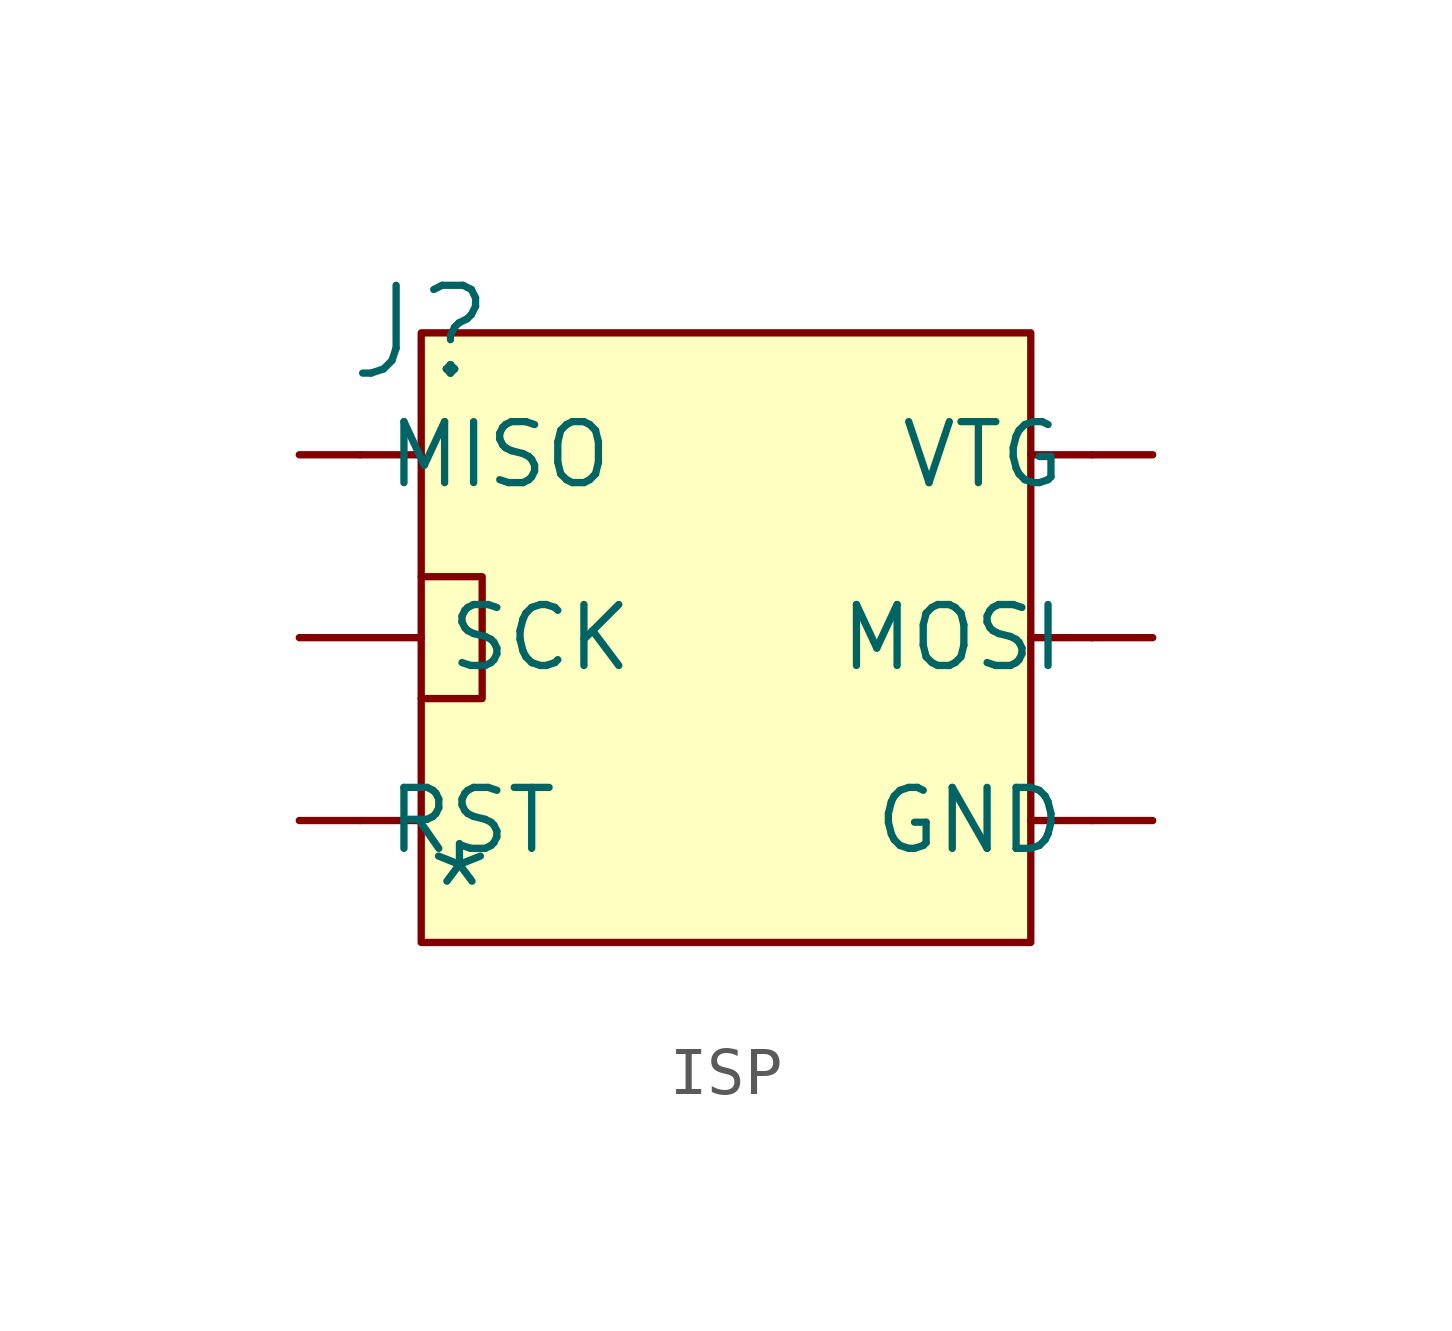
<source format=kicad_sym>
(kicad_symbol_lib
  (version 20241209)
  (generator "kicad_symbol_editor")
  (generator_version "9.0")
  (symbol "ISP"
    (pin_numbers
      (hide yes))
    (property "Reference" "J"
      (at 0 0 0)
      (effects (font (size 1.829 1.829))))
    (property "Value" "*"
      (at 0 -12.7 0)
      (effects (font (size 1.829 1.829)) (justify left bottom)))
    (symbol "ISP_1_0"
      (polyline (pts (xy -1.27 -2.54) (xy 0 -2.54)) (stroke (width 0) (type solid)) (fill (type none)))
      (polyline (pts (xy -1.27 -10.16) (xy 0 -10.16)) (stroke (width 0) (type solid)) (fill (type none)))
      (polyline (pts (xy 0 -5.08) (xy 1.27 -5.08) (xy 1.27 -7.62) (xy 0 -7.62)) (stroke (width 0) (type solid)) (fill (type none)))
      (rectangle (start 1.27 -5.08) (end 0 -7.62) (stroke (width 0.025) (type solid) (color 128 0 0 1)) (fill (type background)))
      (rectangle (start 12.7 0) (end 0 -12.7) (stroke (width 0) (type solid) (color 128 0 0 1)) (fill (type background)))
      (polyline (pts (xy 13.97 -2.54) (xy 12.7 -2.54)) (stroke (width 0) (type solid)) (fill (type none)))
      (polyline (pts (xy 13.97 -6.35) (xy 12.7 -6.35)) (stroke (width 0) (type solid)) (fill (type none)))
      (polyline (pts (xy 13.97 -10.16) (xy 12.7 -10.16)) (stroke (width 0) (type solid)) (fill (type none)))
      (pin passive line (at -2.54 -2.54 0) (length 1.27) (name "MISO" (effects (font (size 1.27 1.27)))) (number "1" (effects (font (size 1.27 1.27)))))
      (pin passive line (at -2.54 -6.35 0) (length 2.54) (name "SCK" (effects (font (size 1.27 1.27)))) (number "3" (effects (font (size 1.27 1.27)))))
      (pin passive line (at -2.54 -10.16 0) (length 1.27) (name "RST" (effects (font (size 1.27 1.27)))) (number "5" (effects (font (size 1.27 1.27)))))
      (pin passive line (at 15.24 -2.54 180) (length 1.27) (name "VTG" (effects (font (size 1.27 1.27)))) (number "2" (effects (font (size 1.27 1.27)))))
      (pin passive line (at 15.24 -6.35 180) (length 1.27) (name "MOSI" (effects (font (size 1.27 1.27)))) (number "4" (effects (font (size 1.27 1.27)))))
      (pin passive line (at 15.24 -10.16 180) (length 1.27) (name "GND" (effects (font (size 1.27 1.27)))) (number "6" (effects (font (size 1.27 1.27))))))))
</source>
